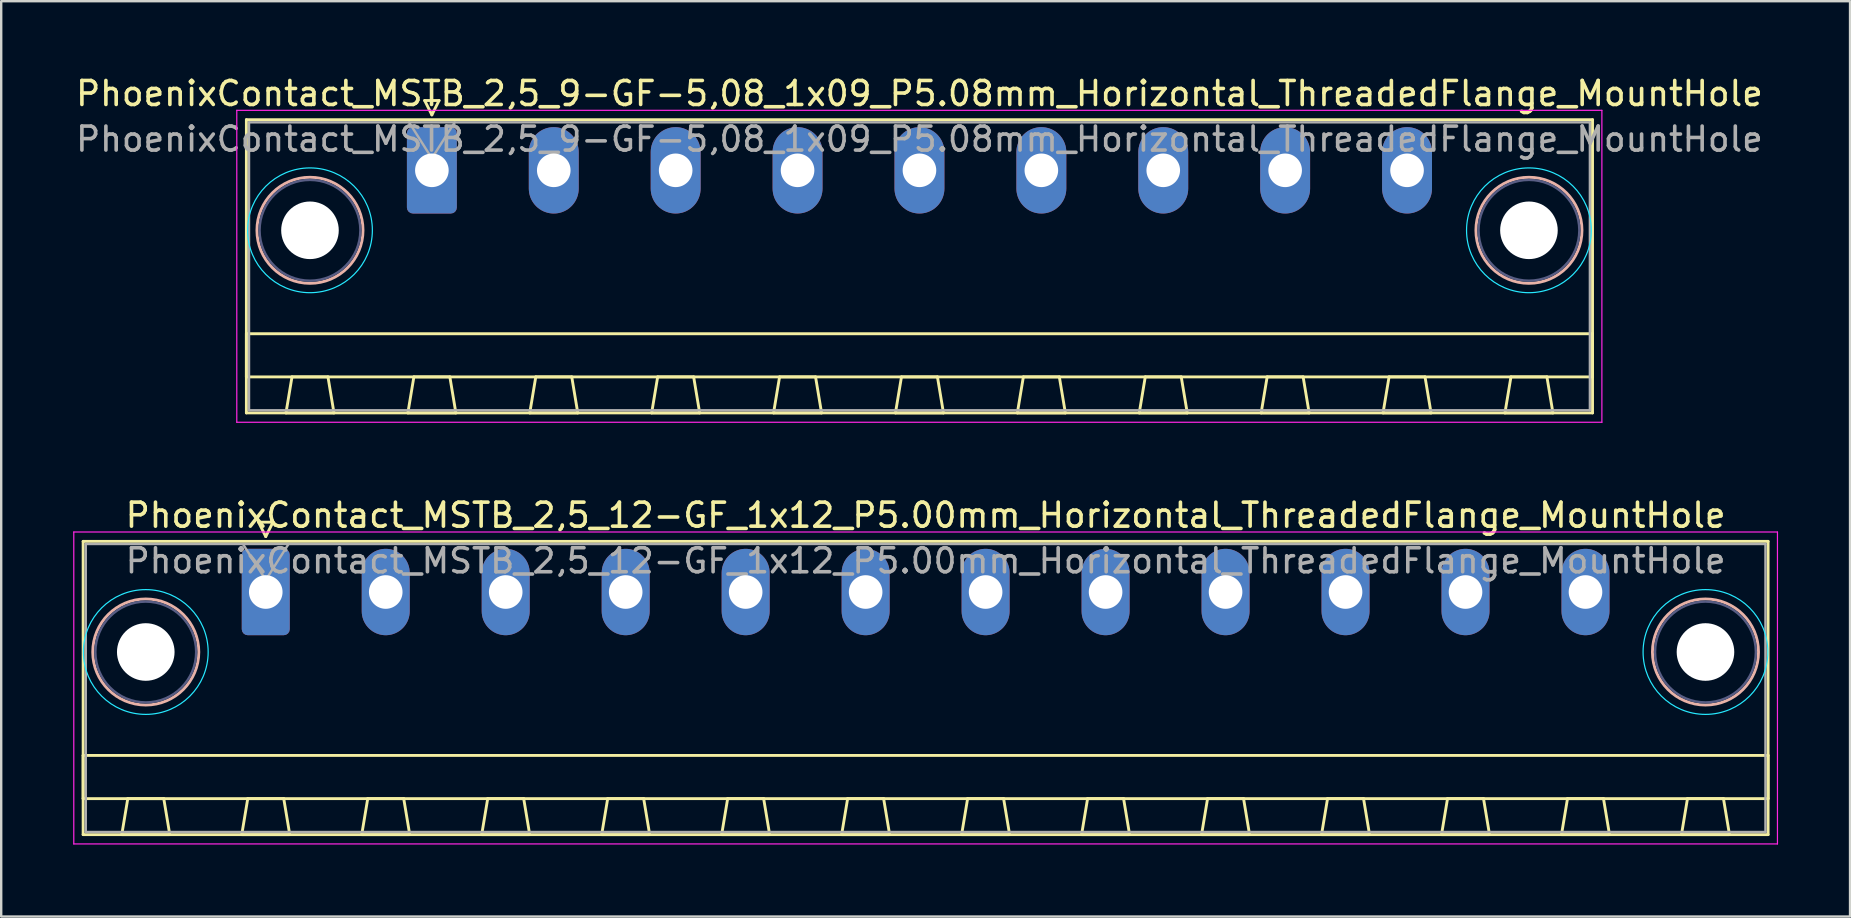
<source format=kicad_pcb>
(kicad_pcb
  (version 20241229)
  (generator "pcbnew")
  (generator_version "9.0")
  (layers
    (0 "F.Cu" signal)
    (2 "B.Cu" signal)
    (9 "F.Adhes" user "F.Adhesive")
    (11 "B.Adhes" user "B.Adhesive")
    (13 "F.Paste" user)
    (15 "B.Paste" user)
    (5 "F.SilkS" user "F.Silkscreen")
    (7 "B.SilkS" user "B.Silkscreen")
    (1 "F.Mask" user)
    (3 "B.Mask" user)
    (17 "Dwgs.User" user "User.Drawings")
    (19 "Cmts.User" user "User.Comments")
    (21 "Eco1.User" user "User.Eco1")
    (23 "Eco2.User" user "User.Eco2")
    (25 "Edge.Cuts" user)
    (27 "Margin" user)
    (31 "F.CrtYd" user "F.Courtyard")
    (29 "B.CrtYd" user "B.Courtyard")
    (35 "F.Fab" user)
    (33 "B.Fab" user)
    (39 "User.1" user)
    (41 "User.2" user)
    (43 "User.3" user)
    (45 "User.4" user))
  (footprint "PhoenixContact_MSTB_2,5_9-GF-5,08_1x09_P5.08mm_Horizontal_ThreadedFlange_MountHole"
    (layer "F.Cu")
    (at 14.948 4.048)
    (property "Reference" "PhoenixContact_MSTB_2,5_9-GF-5,08_1x09_P5.08mm_Horizontal_ThreadedFlange_MountHole" (at 20.32 -3.2 0) (layer "F.SilkS") (effects (font (size 1 1) (thickness 0.15))))
    (attr through_hole)
    (fp_line (start -7.73 -2.11) (end -7.73 10.11) (stroke (width 0.12) (type solid)) (layer "F.SilkS"))
    (fp_line (start -7.73 6.81) (end 48.37 6.81) (stroke (width 0.12) (type solid)) (layer "F.SilkS"))
    (fp_line (start -7.73 8.61) (end -7.73 6.81) (stroke (width 0.12) (type solid)) (layer "F.SilkS"))
    (fp_line (start -7.73 10.11) (end 48.37 10.11) (stroke (width 0.12) (type solid)) (layer "F.SilkS"))
    (fp_line (start -6.08 10.11) (end -4.08 10.11) (stroke (width 0.12) (type solid)) (layer "F.SilkS"))
    (fp_line (start -5.83 8.61) (end -6.08 10.11) (stroke (width 0.12) (type solid)) (layer "F.SilkS"))
    (fp_line (start -4.33 8.61) (end -5.83 8.61) (stroke (width 0.12) (type solid)) (layer "F.SilkS"))
    (fp_line (start -4.08 10.11) (end -4.33 8.61) (stroke (width 0.12) (type solid)) (layer "F.SilkS"))
    (fp_line (start -1 10.11) (end 1 10.11) (stroke (width 0.12) (type solid)) (layer "F.SilkS"))
    (fp_line (start -0.75 8.61) (end -1 10.11) (stroke (width 0.12) (type solid)) (layer "F.SilkS"))
    (fp_line (start -0.3 -2.91) (end 0.3 -2.91) (stroke (width 0.12) (type solid)) (layer "F.SilkS"))
    (fp_line (start 0 -2.31) (end -0.3 -2.91) (stroke (width 0.12) (type solid)) (layer "F.SilkS"))
    (fp_line (start 0.3 -2.91) (end 0 -2.31) (stroke (width 0.12) (type solid)) (layer "F.SilkS"))
    (fp_line (start 0.75 8.61) (end -0.75 8.61) (stroke (width 0.12) (type solid)) (layer "F.SilkS"))
    (fp_line (start 1 10.11) (end 0.75 8.61) (stroke (width 0.12) (type solid)) (layer "F.SilkS"))
    (fp_line (start 4.08 10.11) (end 6.08 10.11) (stroke (width 0.12) (type solid)) (layer "F.SilkS"))
    (fp_line (start 4.33 8.61) (end 4.08 10.11) (stroke (width 0.12) (type solid)) (layer "F.SilkS"))
    (fp_line (start 5.83 8.61) (end 4.33 8.61) (stroke (width 0.12) (type solid)) (layer "F.SilkS"))
    (fp_line (start 6.08 10.11) (end 5.83 8.61) (stroke (width 0.12) (type solid)) (layer "F.SilkS"))
    (fp_line (start 9.16 10.11) (end 11.16 10.11) (stroke (width 0.12) (type solid)) (layer "F.SilkS"))
    (fp_line (start 9.41 8.61) (end 9.16 10.11) (stroke (width 0.12) (type solid)) (layer "F.SilkS"))
    (fp_line (start 10.91 8.61) (end 9.41 8.61) (stroke (width 0.12) (type solid)) (layer "F.SilkS"))
    (fp_line (start 11.16 10.11) (end 10.91 8.61) (stroke (width 0.12) (type solid)) (layer "F.SilkS"))
    (fp_line (start 14.24 10.11) (end 16.24 10.11) (stroke (width 0.12) (type solid)) (layer "F.SilkS"))
    (fp_line (start 14.49 8.61) (end 14.24 10.11) (stroke (width 0.12) (type solid)) (layer "F.SilkS"))
    (fp_line (start 15.99 8.61) (end 14.49 8.61) (stroke (width 0.12) (type solid)) (layer "F.SilkS"))
    (fp_line (start 16.24 10.11) (end 15.99 8.61) (stroke (width 0.12) (type solid)) (layer "F.SilkS"))
    (fp_line (start 19.32 10.11) (end 21.32 10.11) (stroke (width 0.12) (type solid)) (layer "F.SilkS"))
    (fp_line (start 19.57 8.61) (end 19.32 10.11) (stroke (width 0.12) (type solid)) (layer "F.SilkS"))
    (fp_line (start 21.07 8.61) (end 19.57 8.61) (stroke (width 0.12) (type solid)) (layer "F.SilkS"))
    (fp_line (start 21.32 10.11) (end 21.07 8.61) (stroke (width 0.12) (type solid)) (layer "F.SilkS"))
    (fp_line (start 24.4 10.11) (end 26.4 10.11) (stroke (width 0.12) (type solid)) (layer "F.SilkS"))
    (fp_line (start 24.65 8.61) (end 24.4 10.11) (stroke (width 0.12) (type solid)) (layer "F.SilkS"))
    (fp_line (start 26.15 8.61) (end 24.65 8.61) (stroke (width 0.12) (type solid)) (layer "F.SilkS"))
    (fp_line (start 26.4 10.11) (end 26.15 8.61) (stroke (width 0.12) (type solid)) (layer "F.SilkS"))
    (fp_line (start 29.48 10.11) (end 31.48 10.11) (stroke (width 0.12) (type solid)) (layer "F.SilkS"))
    (fp_line (start 29.73 8.61) (end 29.48 10.11) (stroke (width 0.12) (type solid)) (layer "F.SilkS"))
    (fp_line (start 31.23 8.61) (end 29.73 8.61) (stroke (width 0.12) (type solid)) (layer "F.SilkS"))
    (fp_line (start 31.48 10.11) (end 31.23 8.61) (stroke (width 0.12) (type solid)) (layer "F.SilkS"))
    (fp_line (start 34.56 10.11) (end 36.56 10.11) (stroke (width 0.12) (type solid)) (layer "F.SilkS"))
    (fp_line (start 34.81 8.61) (end 34.56 10.11) (stroke (width 0.12) (type solid)) (layer "F.SilkS"))
    (fp_line (start 36.31 8.61) (end 34.81 8.61) (stroke (width 0.12) (type solid)) (layer "F.SilkS"))
    (fp_line (start 36.56 10.11) (end 36.31 8.61) (stroke (width 0.12) (type solid)) (layer "F.SilkS"))
    (fp_line (start 39.64 10.11) (end 41.64 10.11) (stroke (width 0.12) (type solid)) (layer "F.SilkS"))
    (fp_line (start 39.89 8.61) (end 39.64 10.11) (stroke (width 0.12) (type solid)) (layer "F.SilkS"))
    (fp_line (start 41.39 8.61) (end 39.89 8.61) (stroke (width 0.12) (type solid)) (layer "F.SilkS"))
    (fp_line (start 41.64 10.11) (end 41.39 8.61) (stroke (width 0.12) (type solid)) (layer "F.SilkS"))
    (fp_line (start 44.72 10.11) (end 46.72 10.11) (stroke (width 0.12) (type solid)) (layer "F.SilkS"))
    (fp_line (start 44.97 8.61) (end 44.72 10.11) (stroke (width 0.12) (type solid)) (layer "F.SilkS"))
    (fp_line (start 46.47 8.61) (end 44.97 8.61) (stroke (width 0.12) (type solid)) (layer "F.SilkS"))
    (fp_line (start 46.72 10.11) (end 46.47 8.61) (stroke (width 0.12) (type solid)) (layer "F.SilkS"))
    (fp_line (start 48.37 -2.11) (end -7.73 -2.11) (stroke (width 0.12) (type solid)) (layer "F.SilkS"))
    (fp_line (start 48.37 6.81) (end 48.37 8.61) (stroke (width 0.12) (type solid)) (layer "F.SilkS"))
    (fp_line (start 48.37 8.61) (end -7.73 8.61) (stroke (width 0.12) (type solid)) (layer "F.SilkS"))
    (fp_line (start 48.37 10.11) (end 48.37 -2.11) (stroke (width 0.12) (type solid)) (layer "F.SilkS"))
    (fp_circle (center -5.08 2.5) (end -2.87 2.5) (stroke (width 0.12) (type solid)) (fill no) (layer "B.SilkS"))
    (fp_circle (center 45.72 2.5) (end 47.93 2.5) (stroke (width 0.12) (type solid)) (fill no) (layer "B.SilkS"))
    (fp_circle (center -5.08 2.5) (end -2.48 2.5) (stroke (width 0.05) (type solid)) (fill no) (layer "B.CrtYd"))
    (fp_circle (center 45.72 2.5) (end 48.32 2.5) (stroke (width 0.05) (type solid)) (fill no) (layer "B.CrtYd"))
    (fp_line (start -8.13 -2.5) (end -8.13 10.5) (stroke (width 0.05) (type solid)) (layer "F.CrtYd"))
    (fp_line (start -8.13 10.5) (end 48.76 10.5) (stroke (width 0.05) (type solid)) (layer "F.CrtYd"))
    (fp_line (start 48.76 -2.5) (end -8.13 -2.5) (stroke (width 0.05) (type solid)) (layer "F.CrtYd"))
    (fp_line (start 48.76 10.5) (end 48.76 -2.5) (stroke (width 0.05) (type solid)) (layer "F.CrtYd"))
    (fp_circle (center -5.08 2.5) (end -2.98 2.5) (stroke (width 0.1) (type solid)) (fill no) (layer "B.Fab"))
    (fp_circle (center 45.72 2.5) (end 47.82 2.5) (stroke (width 0.1) (type solid)) (fill no) (layer "B.Fab"))
    (fp_line (start -7.62 -2) (end -7.62 10) (stroke (width 0.1) (type solid)) (layer "F.Fab"))
    (fp_line (start -7.62 10) (end 48.26 10) (stroke (width 0.1) (type solid)) (layer "F.Fab"))
    (fp_line (start 0 -0.5) (end -0.95 -2) (stroke (width 0.1) (type solid)) (layer "F.Fab"))
    (fp_line (start 0.95 -2) (end 0 -0.5) (stroke (width 0.1) (type solid)) (layer "F.Fab"))
    (fp_line (start 48.26 -2) (end -7.62 -2) (stroke (width 0.1) (type solid)) (layer "F.Fab"))
    (fp_line (start 48.26 10) (end 48.26 -2) (stroke (width 0.1) (type solid)) (layer "F.Fab"))
    (fp_text user "${REFERENCE}" (at 20.32 -1.3 0) (layer "F.Fab") (effects (font (size 1 1) (thickness 0.15))))
    (pad "" np_thru_hole circle (at -5.08 2.5) (size 2.4 2.4) (drill 2.4) (layers "*.Cu" "*.Mask"))
    (pad "" np_thru_hole circle (at 45.72 2.5) (size 2.4 2.4) (drill 2.4) (layers "*.Cu" "*.Mask"))
    (pad "1" thru_hole roundrect (at 0 0) (size 2.08 3.6) (drill 1.4) (layers "*.Cu" "*.Mask") (roundrect_rratio 0.12))
    (pad "2" thru_hole oval (at 5.08 0) (size 2.08 3.6) (drill 1.4) (layers "*.Cu" "*.Mask"))
    (pad "3" thru_hole oval (at 10.16 0) (size 2.08 3.6) (drill 1.4) (layers "*.Cu" "*.Mask"))
    (pad "4" thru_hole oval (at 15.24 0) (size 2.08 3.6) (drill 1.4) (layers "*.Cu" "*.Mask"))
    (pad "5" thru_hole oval (at 20.32 0) (size 2.08 3.6) (drill 1.4) (layers "*.Cu" "*.Mask"))
    (pad "6" thru_hole oval (at 25.4 0) (size 2.08 3.6) (drill 1.4) (layers "*.Cu" "*.Mask"))
    (pad "7" thru_hole oval (at 30.48 0) (size 2.08 3.6) (drill 1.4) (layers "*.Cu" "*.Mask"))
    (pad "8" thru_hole oval (at 35.56 0) (size 2.08 3.6) (drill 1.4) (layers "*.Cu" "*.Mask"))
    (pad "9" thru_hole oval (at 40.64 0) (size 2.08 3.6) (drill 1.4) (layers "*.Cu" "*.Mask")))
  (footprint "PhoenixContact_MSTB_2,5_12-GF_1x12_P5.00mm_Horizontal_ThreadedFlange_MountHole"
    (layer "F.Cu")
    (at 8.025 21.622)
    (property "Reference" "PhoenixContact_MSTB_2,5_12-GF_1x12_P5.00mm_Horizontal_ThreadedFlange_MountHole" (at 27.5 -3.2 0) (layer "F.SilkS") (effects (font (size 1 1) (thickness 0.15))))
    (attr through_hole)
    (fp_line (start -7.61 -2.11) (end -7.61 10.11) (stroke (width 0.12) (type solid)) (layer "F.SilkS"))
    (fp_line (start -7.61 6.81) (end 62.61 6.81) (stroke (width 0.12) (type solid)) (layer "F.SilkS"))
    (fp_line (start -7.61 8.61) (end -7.61 6.81) (stroke (width 0.12) (type solid)) (layer "F.SilkS"))
    (fp_line (start -7.61 10.11) (end 62.61 10.11) (stroke (width 0.12) (type solid)) (layer "F.SilkS"))
    (fp_line (start -6 10.11) (end -4 10.11) (stroke (width 0.12) (type solid)) (layer "F.SilkS"))
    (fp_line (start -5.75 8.61) (end -6 10.11) (stroke (width 0.12) (type solid)) (layer "F.SilkS"))
    (fp_line (start -4.25 8.61) (end -5.75 8.61) (stroke (width 0.12) (type solid)) (layer "F.SilkS"))
    (fp_line (start -4 10.11) (end -4.25 8.61) (stroke (width 0.12) (type solid)) (layer "F.SilkS"))
    (fp_line (start -1 10.11) (end 1 10.11) (stroke (width 0.12) (type solid)) (layer "F.SilkS"))
    (fp_line (start -0.75 8.61) (end -1 10.11) (stroke (width 0.12) (type solid)) (layer "F.SilkS"))
    (fp_line (start -0.3 -2.91) (end 0.3 -2.91) (stroke (width 0.12) (type solid)) (layer "F.SilkS"))
    (fp_line (start 0 -2.31) (end -0.3 -2.91) (stroke (width 0.12) (type solid)) (layer "F.SilkS"))
    (fp_line (start 0.3 -2.91) (end 0 -2.31) (stroke (width 0.12) (type solid)) (layer "F.SilkS"))
    (fp_line (start 0.75 8.61) (end -0.75 8.61) (stroke (width 0.12) (type solid)) (layer "F.SilkS"))
    (fp_line (start 1 10.11) (end 0.75 8.61) (stroke (width 0.12) (type solid)) (layer "F.SilkS"))
    (fp_line (start 4 10.11) (end 6 10.11) (stroke (width 0.12) (type solid)) (layer "F.SilkS"))
    (fp_line (start 4.25 8.61) (end 4 10.11) (stroke (width 0.12) (type solid)) (layer "F.SilkS"))
    (fp_line (start 5.75 8.61) (end 4.25 8.61) (stroke (width 0.12) (type solid)) (layer "F.SilkS"))
    (fp_line (start 6 10.11) (end 5.75 8.61) (stroke (width 0.12) (type solid)) (layer "F.SilkS"))
    (fp_line (start 9 10.11) (end 11 10.11) (stroke (width 0.12) (type solid)) (layer "F.SilkS"))
    (fp_line (start 9.25 8.61) (end 9 10.11) (stroke (width 0.12) (type solid)) (layer "F.SilkS"))
    (fp_line (start 10.75 8.61) (end 9.25 8.61) (stroke (width 0.12) (type solid)) (layer "F.SilkS"))
    (fp_line (start 11 10.11) (end 10.75 8.61) (stroke (width 0.12) (type solid)) (layer "F.SilkS"))
    (fp_line (start 14 10.11) (end 16 10.11) (stroke (width 0.12) (type solid)) (layer "F.SilkS"))
    (fp_line (start 14.25 8.61) (end 14 10.11) (stroke (width 0.12) (type solid)) (layer "F.SilkS"))
    (fp_line (start 15.75 8.61) (end 14.25 8.61) (stroke (width 0.12) (type solid)) (layer "F.SilkS"))
    (fp_line (start 16 10.11) (end 15.75 8.61) (stroke (width 0.12) (type solid)) (layer "F.SilkS"))
    (fp_line (start 19 10.11) (end 21 10.11) (stroke (width 0.12) (type solid)) (layer "F.SilkS"))
    (fp_line (start 19.25 8.61) (end 19 10.11) (stroke (width 0.12) (type solid)) (layer "F.SilkS"))
    (fp_line (start 20.75 8.61) (end 19.25 8.61) (stroke (width 0.12) (type solid)) (layer "F.SilkS"))
    (fp_line (start 21 10.11) (end 20.75 8.61) (stroke (width 0.12) (type solid)) (layer "F.SilkS"))
    (fp_line (start 24 10.11) (end 26 10.11) (stroke (width 0.12) (type solid)) (layer "F.SilkS"))
    (fp_line (start 24.25 8.61) (end 24 10.11) (stroke (width 0.12) (type solid)) (layer "F.SilkS"))
    (fp_line (start 25.75 8.61) (end 24.25 8.61) (stroke (width 0.12) (type solid)) (layer "F.SilkS"))
    (fp_line (start 26 10.11) (end 25.75 8.61) (stroke (width 0.12) (type solid)) (layer "F.SilkS"))
    (fp_line (start 29 10.11) (end 31 10.11) (stroke (width 0.12) (type solid)) (layer "F.SilkS"))
    (fp_line (start 29.25 8.61) (end 29 10.11) (stroke (width 0.12) (type solid)) (layer "F.SilkS"))
    (fp_line (start 30.75 8.61) (end 29.25 8.61) (stroke (width 0.12) (type solid)) (layer "F.SilkS"))
    (fp_line (start 31 10.11) (end 30.75 8.61) (stroke (width 0.12) (type solid)) (layer "F.SilkS"))
    (fp_line (start 34 10.11) (end 36 10.11) (stroke (width 0.12) (type solid)) (layer "F.SilkS"))
    (fp_line (start 34.25 8.61) (end 34 10.11) (stroke (width 0.12) (type solid)) (layer "F.SilkS"))
    (fp_line (start 35.75 8.61) (end 34.25 8.61) (stroke (width 0.12) (type solid)) (layer "F.SilkS"))
    (fp_line (start 36 10.11) (end 35.75 8.61) (stroke (width 0.12) (type solid)) (layer "F.SilkS"))
    (fp_line (start 39 10.11) (end 41 10.11) (stroke (width 0.12) (type solid)) (layer "F.SilkS"))
    (fp_line (start 39.25 8.61) (end 39 10.11) (stroke (width 0.12) (type solid)) (layer "F.SilkS"))
    (fp_line (start 40.75 8.61) (end 39.25 8.61) (stroke (width 0.12) (type solid)) (layer "F.SilkS"))
    (fp_line (start 41 10.11) (end 40.75 8.61) (stroke (width 0.12) (type solid)) (layer "F.SilkS"))
    (fp_line (start 44 10.11) (end 46 10.11) (stroke (width 0.12) (type solid)) (layer "F.SilkS"))
    (fp_line (start 44.25 8.61) (end 44 10.11) (stroke (width 0.12) (type solid)) (layer "F.SilkS"))
    (fp_line (start 45.75 8.61) (end 44.25 8.61) (stroke (width 0.12) (type solid)) (layer "F.SilkS"))
    (fp_line (start 46 10.11) (end 45.75 8.61) (stroke (width 0.12) (type solid)) (layer "F.SilkS"))
    (fp_line (start 49 10.11) (end 51 10.11) (stroke (width 0.12) (type solid)) (layer "F.SilkS"))
    (fp_line (start 49.25 8.61) (end 49 10.11) (stroke (width 0.12) (type solid)) (layer "F.SilkS"))
    (fp_line (start 50.75 8.61) (end 49.25 8.61) (stroke (width 0.12) (type solid)) (layer "F.SilkS"))
    (fp_line (start 51 10.11) (end 50.75 8.61) (stroke (width 0.12) (type solid)) (layer "F.SilkS"))
    (fp_line (start 54 10.11) (end 56 10.11) (stroke (width 0.12) (type solid)) (layer "F.SilkS"))
    (fp_line (start 54.25 8.61) (end 54 10.11) (stroke (width 0.12) (type solid)) (layer "F.SilkS"))
    (fp_line (start 55.75 8.61) (end 54.25 8.61) (stroke (width 0.12) (type solid)) (layer "F.SilkS"))
    (fp_line (start 56 10.11) (end 55.75 8.61) (stroke (width 0.12) (type solid)) (layer "F.SilkS"))
    (fp_line (start 59 10.11) (end 61 10.11) (stroke (width 0.12) (type solid)) (layer "F.SilkS"))
    (fp_line (start 59.25 8.61) (end 59 10.11) (stroke (width 0.12) (type solid)) (layer "F.SilkS"))
    (fp_line (start 60.75 8.61) (end 59.25 8.61) (stroke (width 0.12) (type solid)) (layer "F.SilkS"))
    (fp_line (start 61 10.11) (end 60.75 8.61) (stroke (width 0.12) (type solid)) (layer "F.SilkS"))
    (fp_line (start 62.61 -2.11) (end -7.61 -2.11) (stroke (width 0.12) (type solid)) (layer "F.SilkS"))
    (fp_line (start 62.61 6.81) (end 62.61 8.61) (stroke (width 0.12) (type solid)) (layer "F.SilkS"))
    (fp_line (start 62.61 8.61) (end -7.61 8.61) (stroke (width 0.12) (type solid)) (layer "F.SilkS"))
    (fp_line (start 62.61 10.11) (end 62.61 -2.11) (stroke (width 0.12) (type solid)) (layer "F.SilkS"))
    (fp_circle (center -5 2.5) (end -2.79 2.5) (stroke (width 0.12) (type solid)) (fill no) (layer "B.SilkS"))
    (fp_circle (center 60 2.5) (end 62.21 2.5) (stroke (width 0.12) (type solid)) (fill no) (layer "B.SilkS"))
    (fp_circle (center -5 2.5) (end -2.4 2.5) (stroke (width 0.05) (type solid)) (fill no) (layer "B.CrtYd"))
    (fp_circle (center 60 2.5) (end 62.6 2.5) (stroke (width 0.05) (type solid)) (fill no) (layer "B.CrtYd"))
    (fp_line (start -8 -2.5) (end -8 10.5) (stroke (width 0.05) (type solid)) (layer "F.CrtYd"))
    (fp_line (start -8 10.5) (end 63 10.5) (stroke (width 0.05) (type solid)) (layer "F.CrtYd"))
    (fp_line (start 63 -2.5) (end -8 -2.5) (stroke (width 0.05) (type solid)) (layer "F.CrtYd"))
    (fp_line (start 63 10.5) (end 63 -2.5) (stroke (width 0.05) (type solid)) (layer "F.CrtYd"))
    (fp_circle (center -5 2.5) (end -2.9 2.5) (stroke (width 0.1) (type solid)) (fill no) (layer "B.Fab"))
    (fp_circle (center 60 2.5) (end 62.1 2.5) (stroke (width 0.1) (type solid)) (fill no) (layer "B.Fab"))
    (fp_line (start -7.5 -2) (end -7.5 10) (stroke (width 0.1) (type solid)) (layer "F.Fab"))
    (fp_line (start -7.5 10) (end 62.5 10) (stroke (width 0.1) (type solid)) (layer "F.Fab"))
    (fp_line (start 0 -0.5) (end -0.95 -2) (stroke (width 0.1) (type solid)) (layer "F.Fab"))
    (fp_line (start 0.95 -2) (end 0 -0.5) (stroke (width 0.1) (type solid)) (layer "F.Fab"))
    (fp_line (start 62.5 -2) (end -7.5 -2) (stroke (width 0.1) (type solid)) (layer "F.Fab"))
    (fp_line (start 62.5 10) (end 62.5 -2) (stroke (width 0.1) (type solid)) (layer "F.Fab"))
    (fp_text user "${REFERENCE}" (at 27.5 -1.3 0) (layer "F.Fab") (effects (font (size 1 1) (thickness 0.15))))
    (pad "" np_thru_hole circle (at -5 2.5) (size 2.4 2.4) (drill 2.4) (layers "*.Cu" "*.Mask"))
    (pad "" np_thru_hole circle (at 60 2.5) (size 2.4 2.4) (drill 2.4) (layers "*.Cu" "*.Mask"))
    (pad "1" thru_hole roundrect (at 0 0) (size 2 3.6) (drill 1.4) (layers "*.Cu" "*.Mask") (roundrect_rratio 0.125))
    (pad "2" thru_hole oval (at 5 0) (size 2 3.6) (drill 1.4) (layers "*.Cu" "*.Mask"))
    (pad "3" thru_hole oval (at 10 0) (size 2 3.6) (drill 1.4) (layers "*.Cu" "*.Mask"))
    (pad "4" thru_hole oval (at 15 0) (size 2 3.6) (drill 1.4) (layers "*.Cu" "*.Mask"))
    (pad "5" thru_hole oval (at 20 0) (size 2 3.6) (drill 1.4) (layers "*.Cu" "*.Mask"))
    (pad "6" thru_hole oval (at 25 0) (size 2 3.6) (drill 1.4) (layers "*.Cu" "*.Mask"))
    (pad "7" thru_hole oval (at 30 0) (size 2 3.6) (drill 1.4) (layers "*.Cu" "*.Mask"))
    (pad "8" thru_hole oval (at 35 0) (size 2 3.6) (drill 1.4) (layers "*.Cu" "*.Mask"))
    (pad "9" thru_hole oval (at 40 0) (size 2 3.6) (drill 1.4) (layers "*.Cu" "*.Mask"))
    (pad "10" thru_hole oval (at 45 0) (size 2 3.6) (drill 1.4) (layers "*.Cu" "*.Mask"))
    (pad "11" thru_hole oval (at 50 0) (size 2 3.6) (drill 1.4) (layers "*.Cu" "*.Mask"))
    (pad "12" thru_hole oval (at 55 0) (size 2 3.6) (drill 1.4) (layers "*.Cu" "*.Mask")))
  (gr_rect
    (start -3 -3)
    (end 74.05 35.147)
    (stroke (width 0.1) (type default))
    (fill no)
    (layer "Edge.Cuts")))
</source>
